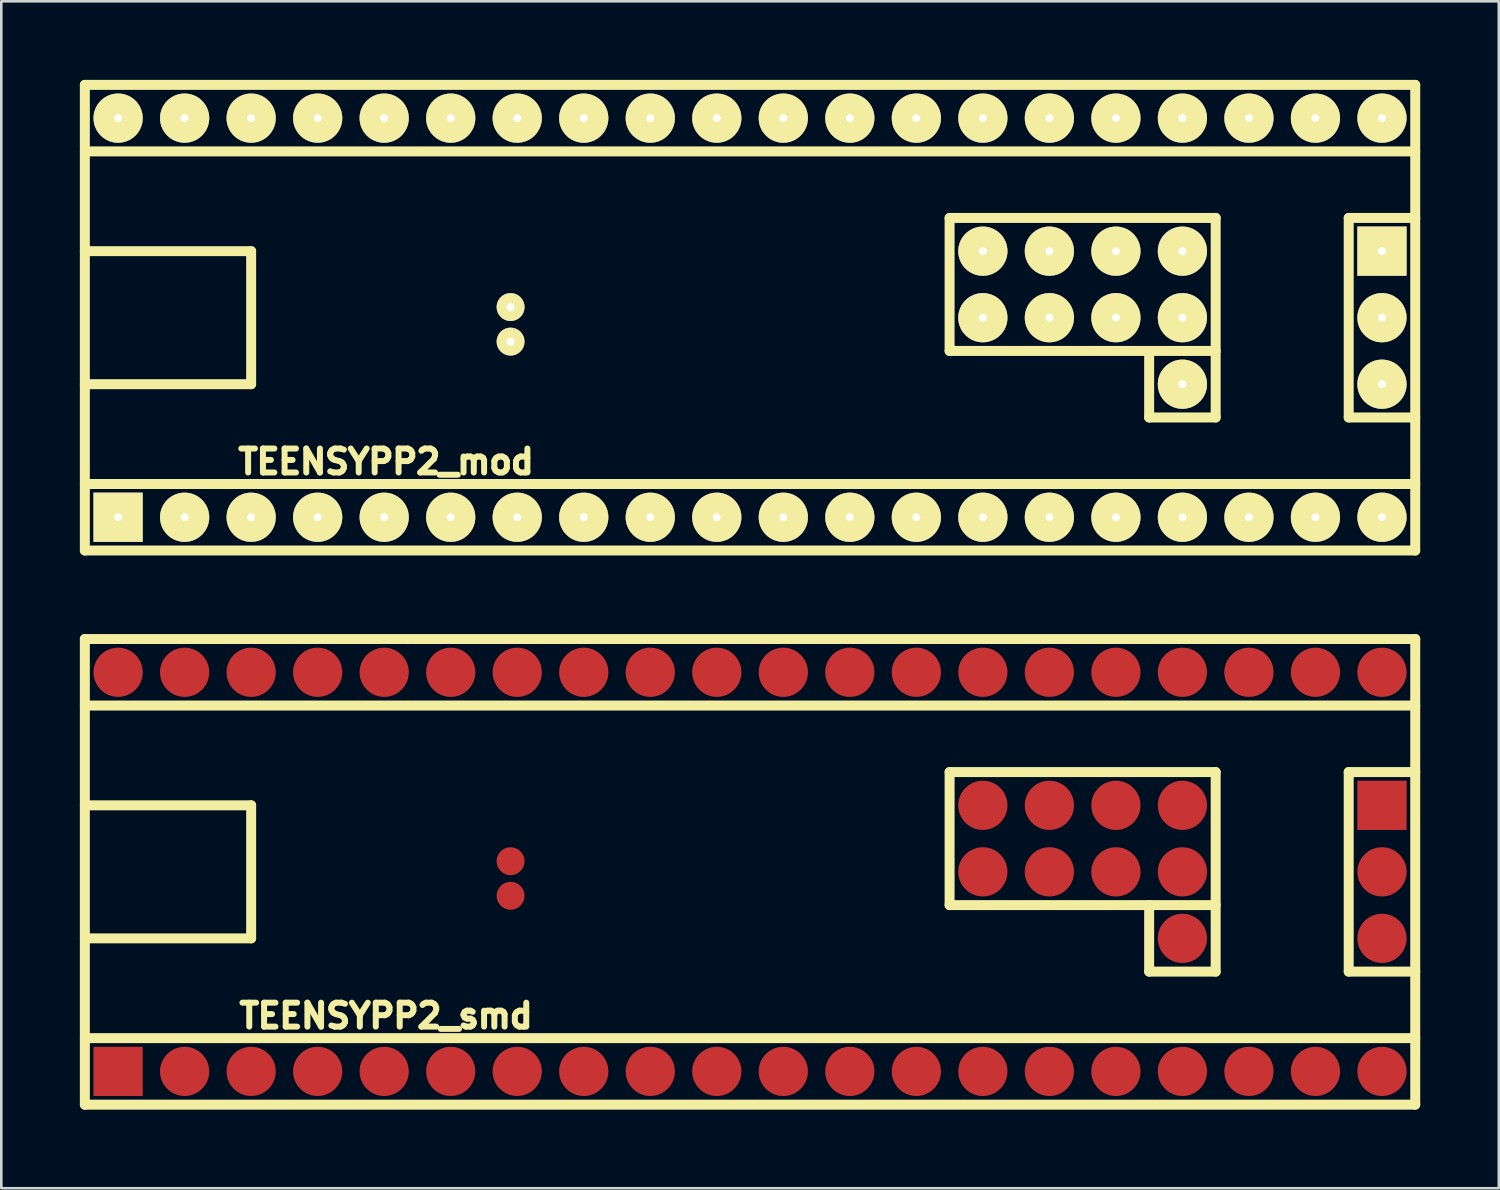
<source format=kicad_pcb>
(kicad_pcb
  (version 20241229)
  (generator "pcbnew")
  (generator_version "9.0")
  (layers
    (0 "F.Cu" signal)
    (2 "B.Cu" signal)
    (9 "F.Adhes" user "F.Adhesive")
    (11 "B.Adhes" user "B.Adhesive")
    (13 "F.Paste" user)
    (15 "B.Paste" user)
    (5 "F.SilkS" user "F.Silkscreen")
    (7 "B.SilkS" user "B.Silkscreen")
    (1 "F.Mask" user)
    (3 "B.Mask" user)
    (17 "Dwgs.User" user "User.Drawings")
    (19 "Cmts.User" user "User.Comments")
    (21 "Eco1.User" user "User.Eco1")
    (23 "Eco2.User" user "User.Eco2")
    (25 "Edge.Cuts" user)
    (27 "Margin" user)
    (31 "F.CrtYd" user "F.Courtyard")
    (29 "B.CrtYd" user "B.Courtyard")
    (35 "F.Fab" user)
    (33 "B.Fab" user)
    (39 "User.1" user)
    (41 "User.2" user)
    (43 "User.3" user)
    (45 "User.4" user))
  (footprint "TEENSYPP2_smd"
    (layer "F.Cu")
    (at 25.59 30.241)
    (property "Reference" "TEENSYPP2_smd" (at -13.899 5.499 0) (layer "F.SilkS") (effects (font (size 0.914 0.914) (thickness 0.229))))
    (attr through_hole)
    (fp_line (start -25.4 -8.89) (end 25.4 -8.89) (stroke (width 0.381) (type solid)) (layer "F.SilkS"))
    (fp_line (start -25.4 -6.35) (end 25.4 -6.35) (stroke (width 0.381) (type solid)) (layer "F.SilkS"))
    (fp_line (start -25.4 -2.54) (end -19.05 -2.54) (stroke (width 0.381) (type solid)) (layer "F.SilkS"))
    (fp_line (start -25.4 8.89) (end -25.4 -8.89) (stroke (width 0.381) (type solid)) (layer "F.SilkS"))
    (fp_line (start -19.05 -2.54) (end -19.05 2.54) (stroke (width 0.381) (type solid)) (layer "F.SilkS"))
    (fp_line (start -19.05 2.54) (end -25.4 2.54) (stroke (width 0.381) (type solid)) (layer "F.SilkS"))
    (fp_line (start 7.62 -3.81) (end 17.78 -3.81) (stroke (width 0.381) (type solid)) (layer "F.SilkS"))
    (fp_line (start 7.62 1.27) (end 7.62 -3.81) (stroke (width 0.381) (type solid)) (layer "F.SilkS"))
    (fp_line (start 15.24 1.27) (end 7.62 1.27) (stroke (width 0.381) (type solid)) (layer "F.SilkS"))
    (fp_line (start 15.24 1.27) (end 17.78 1.27) (stroke (width 0.381) (type solid)) (layer "F.SilkS"))
    (fp_line (start 15.24 3.81) (end 15.24 1.27) (stroke (width 0.381) (type solid)) (layer "F.SilkS"))
    (fp_line (start 17.78 -3.81) (end 17.78 3.81) (stroke (width 0.381) (type solid)) (layer "F.SilkS"))
    (fp_line (start 17.78 3.81) (end 15.24 3.81) (stroke (width 0.381) (type solid)) (layer "F.SilkS"))
    (fp_line (start 22.86 -3.81) (end 22.86 3.81) (stroke (width 0.381) (type solid)) (layer "F.SilkS"))
    (fp_line (start 22.86 3.81) (end 25.4 3.81) (stroke (width 0.381) (type solid)) (layer "F.SilkS"))
    (fp_line (start 25.4 -8.89) (end 25.4 8.89) (stroke (width 0.381) (type solid)) (layer "F.SilkS"))
    (fp_line (start 25.4 -3.81) (end 22.86 -3.81) (stroke (width 0.381) (type solid)) (layer "F.SilkS"))
    (fp_line (start 25.4 6.35) (end -25.4 6.35) (stroke (width 0.381) (type solid)) (layer "F.SilkS"))
    (fp_line (start 25.4 8.89) (end -25.4 8.89) (stroke (width 0.381) (type solid)) (layer "F.SilkS"))
    (pad "1" smd rect (at -24.13 7.62) (size 1.88 1.88) (layers "F.Cu" "F.Mask" "F.Paste"))
    (pad "2" smd circle (at -21.59 7.62) (size 1.88 1.88) (layers "F.Cu" "F.Mask" "F.Paste"))
    (pad "3" smd circle (at -19.05 7.62) (size 1.88 1.88) (layers "F.Cu" "F.Mask" "F.Paste"))
    (pad "4" smd circle (at -16.51 7.62) (size 1.88 1.88) (layers "F.Cu" "F.Mask" "F.Paste"))
    (pad "5" smd circle (at -13.97 7.62) (size 1.88 1.88) (layers "F.Cu" "F.Mask" "F.Paste"))
    (pad "6" smd circle (at -11.43 7.62) (size 1.88 1.88) (layers "F.Cu" "F.Mask" "F.Paste"))
    (pad "7" smd circle (at -8.89 7.62) (size 1.88 1.88) (layers "F.Cu" "F.Mask" "F.Paste"))
    (pad "8" smd circle (at -6.35 7.62) (size 1.88 1.88) (layers "F.Cu" "F.Mask" "F.Paste"))
    (pad "9" smd circle (at -3.81 7.62) (size 1.88 1.88) (layers "F.Cu" "F.Mask" "F.Paste"))
    (pad "10" smd circle (at -1.27 7.62) (size 1.88 1.88) (layers "F.Cu" "F.Mask" "F.Paste"))
    (pad "11" smd circle (at 1.27 7.62) (size 1.88 1.88) (layers "F.Cu" "F.Mask" "F.Paste"))
    (pad "12" smd circle (at 3.81 7.62) (size 1.88 1.88) (layers "F.Cu" "F.Mask" "F.Paste"))
    (pad "13" smd circle (at 6.35 7.62) (size 1.88 1.88) (layers "F.Cu" "F.Mask" "F.Paste"))
    (pad "14" smd circle (at 8.89 7.62) (size 1.88 1.88) (layers "F.Cu" "F.Mask" "F.Paste"))
    (pad "15" smd circle (at 11.43 7.62) (size 1.88 1.88) (layers "F.Cu" "F.Mask" "F.Paste"))
    (pad "16" smd circle (at 13.97 7.62 90) (size 1.88 1.88) (layers "F.Cu" "F.Mask" "F.Paste"))
    (pad "17" smd circle (at 16.51 7.62) (size 1.88 1.88) (layers "F.Cu" "F.Mask" "F.Paste"))
    (pad "18" smd circle (at 19.05 7.62) (size 1.88 1.88) (layers "F.Cu" "F.Mask" "F.Paste"))
    (pad "19" smd circle (at 21.59 7.62) (size 1.88 1.88) (layers "F.Cu" "F.Mask" "F.Paste"))
    (pad "20" smd circle (at 24.13 7.62) (size 1.88 1.88) (layers "F.Cu" "F.Mask" "F.Paste"))
    (pad "21" smd circle (at 24.13 2.54) (size 1.88 1.88) (layers "F.Cu" "F.Mask" "F.Paste"))
    (pad "22" smd circle (at 24.13 0) (size 1.88 1.88) (layers "F.Cu" "F.Mask" "F.Paste"))
    (pad "23" smd rect (at 24.13 -2.54) (size 1.88 1.88) (layers "F.Cu" "F.Mask" "F.Paste"))
    (pad "24" smd circle (at 8.89 0) (size 1.88 1.88) (layers "F.Cu" "F.Mask" "F.Paste"))
    (pad "25" smd circle (at 8.89 -2.54) (size 1.88 1.88) (layers "F.Cu" "F.Mask" "F.Paste"))
    (pad "26" smd circle (at 11.43 0) (size 1.88 1.88) (layers "F.Cu" "F.Mask" "F.Paste"))
    (pad "27" smd circle (at 11.43 -2.54) (size 1.88 1.88) (layers "F.Cu" "F.Mask" "F.Paste"))
    (pad "28" smd circle (at 13.97 0) (size 1.88 1.88) (layers "F.Cu" "F.Mask" "F.Paste"))
    (pad "29" smd circle (at 13.97 -2.54) (size 1.88 1.88) (layers "F.Cu" "F.Mask" "F.Paste"))
    (pad "30" smd circle (at 16.51 2.54) (size 1.88 1.88) (layers "F.Cu" "F.Mask" "F.Paste"))
    (pad "31" smd circle (at 16.51 0) (size 1.88 1.88) (layers "F.Cu" "F.Mask" "F.Paste"))
    (pad "32" smd circle (at 16.51 -2.54) (size 1.88 1.88) (layers "F.Cu" "F.Mask" "F.Paste"))
    (pad "33" smd circle (at 24.13 -7.62) (size 1.88 1.88) (layers "F.Cu" "F.Mask" "F.Paste"))
    (pad "34" smd circle (at 21.59 -7.62) (size 1.88 1.88) (layers "F.Cu" "F.Mask" "F.Paste"))
    (pad "35" smd circle (at 19.05 -7.62) (size 1.88 1.88) (layers "F.Cu" "F.Mask" "F.Paste"))
    (pad "36" smd circle (at 16.51 -7.62) (size 1.88 1.88) (layers "F.Cu" "F.Mask" "F.Paste"))
    (pad "37" smd circle (at 13.97 -7.62) (size 1.88 1.88) (layers "F.Cu" "F.Mask" "F.Paste"))
    (pad "38" smd circle (at 11.43 -7.62) (size 1.88 1.88) (layers "F.Cu" "F.Mask" "F.Paste"))
    (pad "39" smd circle (at 8.89 -7.62) (size 1.88 1.88) (layers "F.Cu" "F.Mask" "F.Paste"))
    (pad "40" smd circle (at 6.35 -7.62) (size 1.88 1.88) (layers "F.Cu" "F.Mask" "F.Paste"))
    (pad "41" smd circle (at 3.81 -7.62) (size 1.88 1.88) (layers "F.Cu" "F.Mask" "F.Paste"))
    (pad "42" smd circle (at 1.27 -7.62) (size 1.88 1.88) (layers "F.Cu" "F.Mask" "F.Paste"))
    (pad "43" smd circle (at -1.27 -7.62) (size 1.88 1.88) (layers "F.Cu" "F.Mask" "F.Paste"))
    (pad "44" smd circle (at -3.81 -7.62 90) (size 1.88 1.88) (layers "F.Cu" "F.Mask" "F.Paste"))
    (pad "45" smd circle (at -6.35 -7.62) (size 1.88 1.88) (layers "F.Cu" "F.Mask" "F.Paste"))
    (pad "46" smd circle (at -8.89 -7.62) (size 1.88 1.88) (layers "F.Cu" "F.Mask" "F.Paste"))
    (pad "47" smd circle (at -11.43 -7.62) (size 1.88 1.88) (layers "F.Cu" "F.Mask" "F.Paste"))
    (pad "48" smd circle (at -13.97 -7.62) (size 1.88 1.88) (layers "F.Cu" "F.Mask" "F.Paste"))
    (pad "49" smd circle (at -16.51 -7.62) (size 1.88 1.88) (layers "F.Cu" "F.Mask" "F.Paste"))
    (pad "50" smd circle (at -19.05 -7.62) (size 1.88 1.88) (layers "F.Cu" "F.Mask" "F.Paste"))
    (pad "51" smd circle (at -21.59 -7.62) (size 1.88 1.88) (layers "F.Cu" "F.Mask" "F.Paste"))
    (pad "52" smd circle (at -24.13 -7.62) (size 1.88 1.88) (layers "F.Cu" "F.Mask" "F.Paste"))
    (pad "53" smd circle (at -9.144 -0.406) (size 1.067 1.067) (layers "F.Cu" "F.Mask" "F.Paste"))
    (pad "54" smd circle (at -9.144 0.914) (size 1.067 1.067) (layers "F.Cu" "F.Mask" "F.Paste")))
  (footprint "TEENSYPP2_mod"
    (layer "F.Cu")
    (at 25.59 9.081)
    (property "Reference" "TEENSYPP2_mod" (at -13.899 5.499 0) (layer "F.SilkS") (effects (font (size 0.914 0.914) (thickness 0.229))))
    (attr through_hole)
    (fp_line (start -25.4 -8.89) (end 25.4 -8.89) (stroke (width 0.381) (type solid)) (layer "F.SilkS"))
    (fp_line (start -25.4 -6.35) (end 25.4 -6.35) (stroke (width 0.381) (type solid)) (layer "F.SilkS"))
    (fp_line (start -25.4 -2.54) (end -19.05 -2.54) (stroke (width 0.381) (type solid)) (layer "F.SilkS"))
    (fp_line (start -25.4 8.89) (end -25.4 -8.89) (stroke (width 0.381) (type solid)) (layer "F.SilkS"))
    (fp_line (start -19.05 -2.54) (end -19.05 2.54) (stroke (width 0.381) (type solid)) (layer "F.SilkS"))
    (fp_line (start -19.05 2.54) (end -25.4 2.54) (stroke (width 0.381) (type solid)) (layer "F.SilkS"))
    (fp_line (start 7.62 -3.81) (end 17.78 -3.81) (stroke (width 0.381) (type solid)) (layer "F.SilkS"))
    (fp_line (start 7.62 1.27) (end 7.62 -3.81) (stroke (width 0.381) (type solid)) (layer "F.SilkS"))
    (fp_line (start 15.24 1.27) (end 7.62 1.27) (stroke (width 0.381) (type solid)) (layer "F.SilkS"))
    (fp_line (start 15.24 1.27) (end 17.78 1.27) (stroke (width 0.381) (type solid)) (layer "F.SilkS"))
    (fp_line (start 15.24 3.81) (end 15.24 1.27) (stroke (width 0.381) (type solid)) (layer "F.SilkS"))
    (fp_line (start 17.78 -3.81) (end 17.78 3.81) (stroke (width 0.381) (type solid)) (layer "F.SilkS"))
    (fp_line (start 17.78 3.81) (end 15.24 3.81) (stroke (width 0.381) (type solid)) (layer "F.SilkS"))
    (fp_line (start 22.86 -3.81) (end 22.86 3.81) (stroke (width 0.381) (type solid)) (layer "F.SilkS"))
    (fp_line (start 22.86 3.81) (end 25.4 3.81) (stroke (width 0.381) (type solid)) (layer "F.SilkS"))
    (fp_line (start 25.4 -8.89) (end 25.4 8.89) (stroke (width 0.381) (type solid)) (layer "F.SilkS"))
    (fp_line (start 25.4 -3.81) (end 22.86 -3.81) (stroke (width 0.381) (type solid)) (layer "F.SilkS"))
    (fp_line (start 25.4 6.35) (end -25.4 6.35) (stroke (width 0.381) (type solid)) (layer "F.SilkS"))
    (fp_line (start 25.4 8.89) (end -25.4 8.89) (stroke (width 0.381) (type solid)) (layer "F.SilkS"))
    (pad "1" thru_hole rect (at -24.13 7.62) (size 1.88 1.88) (drill 0.3) (layers "*.Cu" "*.Mask" "F.SilkS"))
    (pad "2" thru_hole circle (at -21.59 7.62) (size 1.88 1.88) (drill 0.3) (layers "*.Cu" "*.Mask" "F.SilkS"))
    (pad "3" thru_hole circle (at -19.05 7.62) (size 1.88 1.88) (drill 0.3) (layers "*.Cu" "*.Mask" "F.SilkS"))
    (pad "4" thru_hole circle (at -16.51 7.62) (size 1.88 1.88) (drill 0.3) (layers "*.Cu" "*.Mask" "F.SilkS"))
    (pad "5" thru_hole circle (at -13.97 7.62) (size 1.88 1.88) (drill 0.3) (layers "*.Cu" "*.Mask" "F.SilkS"))
    (pad "6" thru_hole circle (at -11.43 7.62) (size 1.88 1.88) (drill 0.3) (layers "*.Cu" "*.Mask" "F.SilkS"))
    (pad "7" thru_hole circle (at -8.89 7.62) (size 1.88 1.88) (drill 0.3) (layers "*.Cu" "*.Mask" "F.SilkS"))
    (pad "8" thru_hole circle (at -6.35 7.62) (size 1.88 1.88) (drill 0.3) (layers "*.Cu" "*.Mask" "F.SilkS"))
    (pad "9" thru_hole circle (at -3.81 7.62) (size 1.88 1.88) (drill 0.3) (layers "*.Cu" "*.Mask" "F.SilkS"))
    (pad "10" thru_hole circle (at -1.27 7.62) (size 1.88 1.88) (drill 0.3) (layers "*.Cu" "*.Mask" "F.SilkS"))
    (pad "11" thru_hole circle (at 1.27 7.62) (size 1.88 1.88) (drill 0.3) (layers "*.Cu" "*.Mask" "F.SilkS"))
    (pad "12" thru_hole circle (at 3.81 7.62) (size 1.88 1.88) (drill 0.3) (layers "*.Cu" "*.Mask" "F.SilkS"))
    (pad "13" thru_hole circle (at 6.35 7.62) (size 1.88 1.88) (drill 0.3) (layers "*.Cu" "*.Mask" "F.SilkS"))
    (pad "14" thru_hole circle (at 8.89 7.62) (size 1.88 1.88) (drill 0.3) (layers "*.Cu" "*.Mask" "F.SilkS"))
    (pad "15" thru_hole circle (at 11.43 7.62) (size 1.88 1.88) (drill 0.3) (layers "*.Cu" "*.Mask" "F.SilkS"))
    (pad "16" thru_hole circle (at 13.97 7.62) (size 1.88 1.88) (drill 0.3) (layers "*.Cu" "*.Mask" "F.SilkS"))
    (pad "17" thru_hole circle (at 16.51 7.62) (size 1.88 1.88) (drill 0.3) (layers "*.Cu" "*.Mask" "F.SilkS"))
    (pad "18" thru_hole circle (at 19.05 7.62) (size 1.88 1.88) (drill 0.3) (layers "*.Cu" "*.Mask" "F.SilkS"))
    (pad "19" thru_hole circle (at 21.59 7.62) (size 1.88 1.88) (drill 0.3) (layers "*.Cu" "*.Mask" "F.SilkS"))
    (pad "20" thru_hole circle (at 24.13 7.62) (size 1.88 1.88) (drill 0.3) (layers "*.Cu" "*.Mask" "F.SilkS"))
    (pad "21" thru_hole circle (at 24.13 2.54) (size 1.88 1.88) (drill 0.3) (layers "*.Cu" "*.Mask" "F.SilkS"))
    (pad "22" thru_hole circle (at 24.13 0) (size 1.88 1.88) (drill 0.3) (layers "*.Cu" "*.Mask" "F.SilkS"))
    (pad "23" thru_hole rect (at 24.13 -2.54) (size 1.88 1.88) (drill 0.3) (layers "*.Cu" "*.Mask" "F.SilkS"))
    (pad "24" thru_hole circle (at 8.89 0) (size 1.88 1.88) (drill 0.3) (layers "*.Cu" "*.Mask" "F.SilkS"))
    (pad "25" thru_hole circle (at 8.89 -2.54) (size 1.88 1.88) (drill 0.3) (layers "*.Cu" "*.Mask" "F.SilkS"))
    (pad "26" thru_hole circle (at 11.43 0) (size 1.88 1.88) (drill 0.3) (layers "*.Cu" "*.Mask" "F.SilkS"))
    (pad "27" thru_hole circle (at 11.43 -2.54) (size 1.88 1.88) (drill 0.3) (layers "*.Cu" "*.Mask" "F.SilkS"))
    (pad "28" thru_hole circle (at 13.97 0) (size 1.88 1.88) (drill 0.3) (layers "*.Cu" "*.Mask" "F.SilkS"))
    (pad "29" thru_hole circle (at 13.97 -2.54) (size 1.88 1.88) (drill 0.3) (layers "*.Cu" "*.Mask" "F.SilkS"))
    (pad "30" thru_hole circle (at 16.51 2.54) (size 1.88 1.88) (drill 0.3) (layers "*.Cu" "*.Mask" "F.SilkS"))
    (pad "31" thru_hole circle (at 16.51 0) (size 1.88 1.88) (drill 0.3) (layers "*.Cu" "*.Mask" "F.SilkS"))
    (pad "32" thru_hole circle (at 16.51 -2.54) (size 1.88 1.88) (drill 0.3) (layers "*.Cu" "*.Mask" "F.SilkS"))
    (pad "33" thru_hole circle (at 24.13 -7.62) (size 1.88 1.88) (drill 0.3) (layers "*.Cu" "*.Mask" "F.SilkS"))
    (pad "34" thru_hole circle (at 21.59 -7.62) (size 1.88 1.88) (drill 0.3) (layers "*.Cu" "*.Mask" "F.SilkS"))
    (pad "35" thru_hole circle (at 19.05 -7.62) (size 1.88 1.88) (drill 0.3) (layers "*.Cu" "*.Mask" "F.SilkS"))
    (pad "36" thru_hole circle (at 16.51 -7.62) (size 1.88 1.88) (drill 0.3) (layers "*.Cu" "*.Mask" "F.SilkS"))
    (pad "37" thru_hole circle (at 13.97 -7.62) (size 1.88 1.88) (drill 0.3) (layers "*.Cu" "*.Mask" "F.SilkS"))
    (pad "38" thru_hole circle (at 11.43 -7.62) (size 1.88 1.88) (drill 0.3) (layers "*.Cu" "*.Mask" "F.SilkS"))
    (pad "39" thru_hole circle (at 8.89 -7.62) (size 1.88 1.88) (drill 0.3) (layers "*.Cu" "*.Mask" "F.SilkS"))
    (pad "40" thru_hole circle (at 6.35 -7.62) (size 1.88 1.88) (drill 0.3) (layers "*.Cu" "*.Mask" "F.SilkS"))
    (pad "41" thru_hole circle (at 3.81 -7.62) (size 1.88 1.88) (drill 0.3) (layers "*.Cu" "*.Mask" "F.SilkS"))
    (pad "42" thru_hole circle (at 1.27 -7.62) (size 1.88 1.88) (drill 0.3) (layers "*.Cu" "*.Mask" "F.SilkS"))
    (pad "43" thru_hole circle (at -1.27 -7.62) (size 1.88 1.88) (drill 0.3) (layers "*.Cu" "*.Mask" "F.SilkS"))
    (pad "44" thru_hole circle (at -3.81 -7.62) (size 1.88 1.88) (drill 0.3) (layers "*.Cu" "*.Mask" "F.SilkS"))
    (pad "45" thru_hole circle (at -6.35 -7.62) (size 1.88 1.88) (drill 0.3) (layers "*.Cu" "*.Mask" "F.SilkS"))
    (pad "46" thru_hole circle (at -8.89 -7.62) (size 1.88 1.88) (drill 0.3) (layers "*.Cu" "*.Mask" "F.SilkS"))
    (pad "47" thru_hole circle (at -11.43 -7.62) (size 1.88 1.88) (drill 0.3) (layers "*.Cu" "*.Mask" "F.SilkS"))
    (pad "48" thru_hole circle (at -13.97 -7.62) (size 1.88 1.88) (drill 0.3) (layers "*.Cu" "*.Mask" "F.SilkS"))
    (pad "49" thru_hole circle (at -16.51 -7.62) (size 1.88 1.88) (drill 0.3) (layers "*.Cu" "*.Mask" "F.SilkS"))
    (pad "50" thru_hole circle (at -19.05 -7.62) (size 1.88 1.88) (drill 0.3) (layers "*.Cu" "*.Mask" "F.SilkS"))
    (pad "51" thru_hole circle (at -21.59 -7.62) (size 1.88 1.88) (drill 0.3) (layers "*.Cu" "*.Mask" "F.SilkS"))
    (pad "52" thru_hole circle (at -24.13 -7.62) (size 1.88 1.88) (drill 0.3) (layers "*.Cu" "*.Mask" "F.SilkS"))
    (pad "53" thru_hole circle (at -9.144 -0.406) (size 1.067 1.067) (drill 0.3) (layers "*.Cu" "*.Mask" "F.SilkS"))
    (pad "54" thru_hole circle (at -9.144 0.914) (size 1.067 1.067) (drill 0.3) (layers "*.Cu" "*.Mask" "F.SilkS")))
  (gr_rect
    (start -3 -3)
    (end 54.181 42.322)
    (stroke (width 0.1) (type default))
    (fill no)
    (layer "Edge.Cuts")))
</source>
